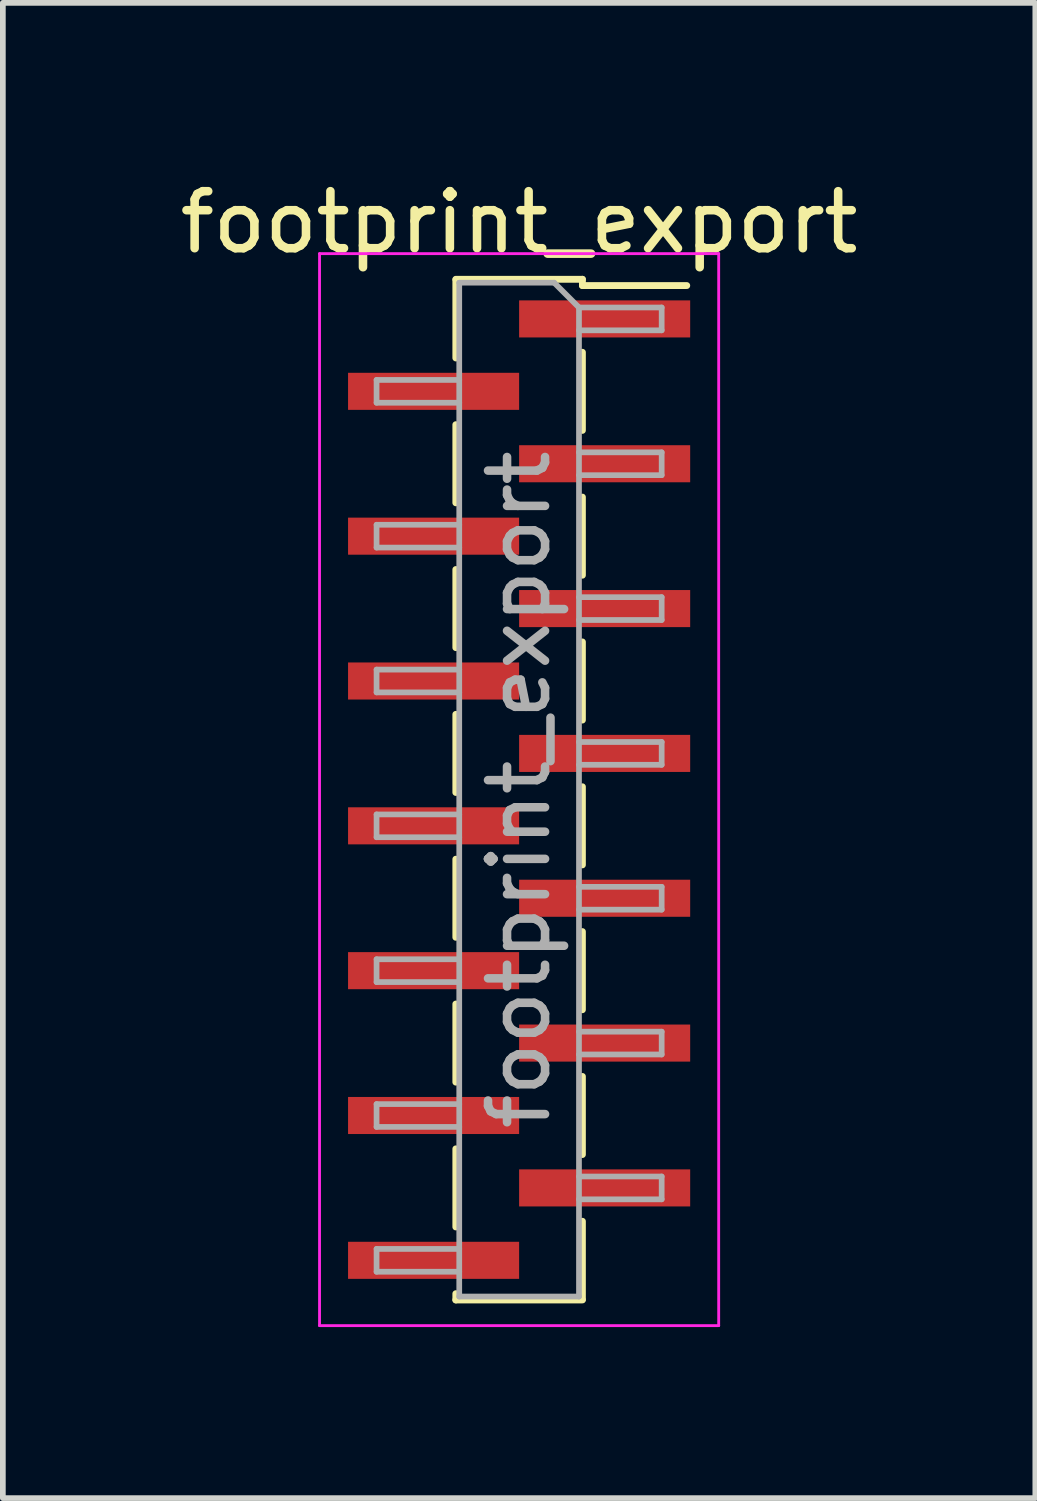
<source format=kicad_pcb>
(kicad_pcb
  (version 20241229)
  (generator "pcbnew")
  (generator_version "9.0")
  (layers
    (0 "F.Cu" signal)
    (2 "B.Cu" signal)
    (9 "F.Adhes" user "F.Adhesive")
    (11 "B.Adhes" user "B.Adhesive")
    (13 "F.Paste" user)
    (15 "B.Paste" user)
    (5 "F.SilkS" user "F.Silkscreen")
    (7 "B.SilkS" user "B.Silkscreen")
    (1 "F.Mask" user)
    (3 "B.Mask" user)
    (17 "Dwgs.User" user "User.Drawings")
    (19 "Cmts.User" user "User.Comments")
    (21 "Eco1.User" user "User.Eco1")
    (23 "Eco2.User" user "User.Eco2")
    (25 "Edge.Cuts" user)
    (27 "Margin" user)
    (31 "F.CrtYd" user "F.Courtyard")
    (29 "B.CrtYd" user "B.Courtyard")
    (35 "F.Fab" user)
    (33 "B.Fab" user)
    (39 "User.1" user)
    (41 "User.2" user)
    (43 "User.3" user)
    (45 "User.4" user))
  (footprint "footprint_export"
    (layer "F.Cu")
    (at 6.054 10.798)
    (property "Reference" "footprint_export" (at 0 -9.95 0) (layer "F.SilkS") (effects (font (size 1 1) (thickness 0.15))))
    (attr smd)
    (fp_line (start -1.11 -8.95) (end 1.11 -8.95) (stroke (width 0.12) (type solid)) (layer "F.SilkS"))
    (fp_line (start -1.11 -8.94) (end -1.11 -7.57) (stroke (width 0.12) (type solid)) (layer "F.SilkS"))
    (fp_line (start -1.11 -6.4) (end -1.11 -5.03) (stroke (width 0.12) (type solid)) (layer "F.SilkS"))
    (fp_line (start -1.11 -3.86) (end -1.11 -2.49) (stroke (width 0.12) (type solid)) (layer "F.SilkS"))
    (fp_line (start -1.11 -1.32) (end -1.11 0.05) (stroke (width 0.12) (type solid)) (layer "F.SilkS"))
    (fp_line (start -1.11 1.22) (end -1.11 2.59) (stroke (width 0.12) (type solid)) (layer "F.SilkS"))
    (fp_line (start -1.11 3.76) (end -1.11 5.13) (stroke (width 0.12) (type solid)) (layer "F.SilkS"))
    (fp_line (start -1.11 6.3) (end -1.11 7.67) (stroke (width 0.12) (type solid)) (layer "F.SilkS"))
    (fp_line (start -1.11 8.84) (end -1.11 8.95) (stroke (width 0.12) (type solid)) (layer "F.SilkS"))
    (fp_line (start -1.11 8.95) (end 1.11 8.95) (stroke (width 0.12) (type solid)) (layer "F.SilkS"))
    (fp_line (start 1.11 -8.95) (end 1.11 -8.84) (stroke (width 0.12) (type solid)) (layer "F.SilkS"))
    (fp_line (start 1.11 -8.84) (end 2.94 -8.84) (stroke (width 0.12) (type solid)) (layer "F.SilkS"))
    (fp_line (start 1.11 -7.67) (end 1.11 -6.3) (stroke (width 0.12) (type solid)) (layer "F.SilkS"))
    (fp_line (start 1.11 -5.13) (end 1.11 -3.76) (stroke (width 0.12) (type solid)) (layer "F.SilkS"))
    (fp_line (start 1.11 -2.59) (end 1.11 -1.22) (stroke (width 0.12) (type solid)) (layer "F.SilkS"))
    (fp_line (start 1.11 -0.05) (end 1.11 1.32) (stroke (width 0.12) (type solid)) (layer "F.SilkS"))
    (fp_line (start 1.11 2.49) (end 1.11 3.86) (stroke (width 0.12) (type solid)) (layer "F.SilkS"))
    (fp_line (start 1.11 5.03) (end 1.11 6.4) (stroke (width 0.12) (type solid)) (layer "F.SilkS"))
    (fp_line (start 1.11 7.57) (end 1.11 8.94) (stroke (width 0.12) (type solid)) (layer "F.SilkS"))
    (fp_line (start -3.5 -9.4) (end -3.5 9.4) (stroke (width 0.05) (type solid)) (layer "F.CrtYd"))
    (fp_line (start -3.5 9.4) (end 3.5 9.4) (stroke (width 0.05) (type solid)) (layer "F.CrtYd"))
    (fp_line (start 3.5 -9.4) (end -3.5 -9.4) (stroke (width 0.05) (type solid)) (layer "F.CrtYd"))
    (fp_line (start 3.5 9.4) (end 3.5 -9.4) (stroke (width 0.05) (type solid)) (layer "F.CrtYd"))
    (fp_line (start -2.5 -7.185) (end -2.5 -6.785) (stroke (width 0.1) (type solid)) (layer "F.Fab"))
    (fp_line (start -2.5 -6.785) (end -1.05 -6.785) (stroke (width 0.1) (type solid)) (layer "F.Fab"))
    (fp_line (start -2.5 -4.645) (end -2.5 -4.245) (stroke (width 0.1) (type solid)) (layer "F.Fab"))
    (fp_line (start -2.5 -4.245) (end -1.05 -4.245) (stroke (width 0.1) (type solid)) (layer "F.Fab"))
    (fp_line (start -2.5 -2.105) (end -2.5 -1.705) (stroke (width 0.1) (type solid)) (layer "F.Fab"))
    (fp_line (start -2.5 -1.705) (end -1.05 -1.705) (stroke (width 0.1) (type solid)) (layer "F.Fab"))
    (fp_line (start -2.5 0.435) (end -2.5 0.835) (stroke (width 0.1) (type solid)) (layer "F.Fab"))
    (fp_line (start -2.5 0.835) (end -1.05 0.835) (stroke (width 0.1) (type solid)) (layer "F.Fab"))
    (fp_line (start -2.5 2.975) (end -2.5 3.375) (stroke (width 0.1) (type solid)) (layer "F.Fab"))
    (fp_line (start -2.5 3.375) (end -1.05 3.375) (stroke (width 0.1) (type solid)) (layer "F.Fab"))
    (fp_line (start -2.5 5.515) (end -2.5 5.915) (stroke (width 0.1) (type solid)) (layer "F.Fab"))
    (fp_line (start -2.5 5.915) (end -1.05 5.915) (stroke (width 0.1) (type solid)) (layer "F.Fab"))
    (fp_line (start -2.5 8.055) (end -2.5 8.455) (stroke (width 0.1) (type solid)) (layer "F.Fab"))
    (fp_line (start -2.5 8.455) (end -1.05 8.455) (stroke (width 0.1) (type solid)) (layer "F.Fab"))
    (fp_line (start -1.05 -8.89) (end -1.05 8.89) (stroke (width 0.1) (type solid)) (layer "F.Fab"))
    (fp_line (start -1.05 -8.89) (end 0.615 -8.89) (stroke (width 0.1) (type solid)) (layer "F.Fab"))
    (fp_line (start -1.05 -7.185) (end -2.5 -7.185) (stroke (width 0.1) (type solid)) (layer "F.Fab"))
    (fp_line (start -1.05 -4.645) (end -2.5 -4.645) (stroke (width 0.1) (type solid)) (layer "F.Fab"))
    (fp_line (start -1.05 -2.105) (end -2.5 -2.105) (stroke (width 0.1) (type solid)) (layer "F.Fab"))
    (fp_line (start -1.05 0.435) (end -2.5 0.435) (stroke (width 0.1) (type solid)) (layer "F.Fab"))
    (fp_line (start -1.05 2.975) (end -2.5 2.975) (stroke (width 0.1) (type solid)) (layer "F.Fab"))
    (fp_line (start -1.05 5.515) (end -2.5 5.515) (stroke (width 0.1) (type solid)) (layer "F.Fab"))
    (fp_line (start -1.05 8.055) (end -2.5 8.055) (stroke (width 0.1) (type solid)) (layer "F.Fab"))
    (fp_line (start 1.05 -8.455) (end 0.615 -8.89) (stroke (width 0.1) (type solid)) (layer "F.Fab"))
    (fp_line (start 1.05 -8.455) (end 2.5 -8.455) (stroke (width 0.1) (type solid)) (layer "F.Fab"))
    (fp_line (start 1.05 -5.915) (end 2.5 -5.915) (stroke (width 0.1) (type solid)) (layer "F.Fab"))
    (fp_line (start 1.05 -3.375) (end 2.5 -3.375) (stroke (width 0.1) (type solid)) (layer "F.Fab"))
    (fp_line (start 1.05 -0.835) (end 2.5 -0.835) (stroke (width 0.1) (type solid)) (layer "F.Fab"))
    (fp_line (start 1.05 1.705) (end 2.5 1.705) (stroke (width 0.1) (type solid)) (layer "F.Fab"))
    (fp_line (start 1.05 4.245) (end 2.5 4.245) (stroke (width 0.1) (type solid)) (layer "F.Fab"))
    (fp_line (start 1.05 6.785) (end 2.5 6.785) (stroke (width 0.1) (type solid)) (layer "F.Fab"))
    (fp_line (start 1.05 8.89) (end -1.05 8.89) (stroke (width 0.1) (type solid)) (layer "F.Fab"))
    (fp_line (start 1.05 8.89) (end 1.05 -8.455) (stroke (width 0.1) (type solid)) (layer "F.Fab"))
    (fp_line (start 2.5 -8.455) (end 2.5 -8.055) (stroke (width 0.1) (type solid)) (layer "F.Fab"))
    (fp_line (start 2.5 -8.055) (end 1.05 -8.055) (stroke (width 0.1) (type solid)) (layer "F.Fab"))
    (fp_line (start 2.5 -5.915) (end 2.5 -5.515) (stroke (width 0.1) (type solid)) (layer "F.Fab"))
    (fp_line (start 2.5 -5.515) (end 1.05 -5.515) (stroke (width 0.1) (type solid)) (layer "F.Fab"))
    (fp_line (start 2.5 -3.375) (end 2.5 -2.975) (stroke (width 0.1) (type solid)) (layer "F.Fab"))
    (fp_line (start 2.5 -2.975) (end 1.05 -2.975) (stroke (width 0.1) (type solid)) (layer "F.Fab"))
    (fp_line (start 2.5 -0.835) (end 2.5 -0.435) (stroke (width 0.1) (type solid)) (layer "F.Fab"))
    (fp_line (start 2.5 -0.435) (end 1.05 -0.435) (stroke (width 0.1) (type solid)) (layer "F.Fab"))
    (fp_line (start 2.5 1.705) (end 2.5 2.105) (stroke (width 0.1) (type solid)) (layer "F.Fab"))
    (fp_line (start 2.5 2.105) (end 1.05 2.105) (stroke (width 0.1) (type solid)) (layer "F.Fab"))
    (fp_line (start 2.5 4.245) (end 2.5 4.645) (stroke (width 0.1) (type solid)) (layer "F.Fab"))
    (fp_line (start 2.5 4.645) (end 1.05 4.645) (stroke (width 0.1) (type solid)) (layer "F.Fab"))
    (fp_line (start 2.5 6.785) (end 2.5 7.185) (stroke (width 0.1) (type solid)) (layer "F.Fab"))
    (fp_line (start 2.5 7.185) (end 1.05 7.185) (stroke (width 0.1) (type solid)) (layer "F.Fab"))
    (fp_text user "${REFERENCE}" (at 0 0 90) (layer "F.Fab") (effects (font (size 1 1) (thickness 0.15))))
    (pad "1" smd rect (at 1.5 -8.255) (size 3 0.65) (layers "F.Cu" "F.Mask" "F.Paste"))
    (pad "2" smd rect (at -1.5 -6.985) (size 3 0.65) (layers "F.Cu" "F.Mask" "F.Paste"))
    (pad "3" smd rect (at 1.5 -5.715) (size 3 0.65) (layers "F.Cu" "F.Mask" "F.Paste"))
    (pad "4" smd rect (at -1.5 -4.445) (size 3 0.65) (layers "F.Cu" "F.Mask" "F.Paste"))
    (pad "5" smd rect (at 1.5 -3.175) (size 3 0.65) (layers "F.Cu" "F.Mask" "F.Paste"))
    (pad "6" smd rect (at -1.5 -1.905) (size 3 0.65) (layers "F.Cu" "F.Mask" "F.Paste"))
    (pad "7" smd rect (at 1.5 -0.635) (size 3 0.65) (layers "F.Cu" "F.Mask" "F.Paste"))
    (pad "8" smd rect (at -1.5 0.635) (size 3 0.65) (layers "F.Cu" "F.Mask" "F.Paste"))
    (pad "9" smd rect (at 1.5 1.905) (size 3 0.65) (layers "F.Cu" "F.Mask" "F.Paste"))
    (pad "10" smd rect (at -1.5 3.175) (size 3 0.65) (layers "F.Cu" "F.Mask" "F.Paste"))
    (pad "11" smd rect (at 1.5 4.445) (size 3 0.65) (layers "F.Cu" "F.Mask" "F.Paste"))
    (pad "12" smd rect (at -1.5 5.715) (size 3 0.65) (layers "F.Cu" "F.Mask" "F.Paste"))
    (pad "13" smd rect (at 1.5 6.985) (size 3 0.65) (layers "F.Cu" "F.Mask" "F.Paste"))
    (pad "14" smd rect (at -1.5 8.255) (size 3 0.65) (layers "F.Cu" "F.Mask" "F.Paste")))
  (gr_rect
    (start -3 -3)
    (end 15.107 23.223)
    (stroke (width 0.1) (type default))
    (fill no)
    (layer "Edge.Cuts")))
</source>
